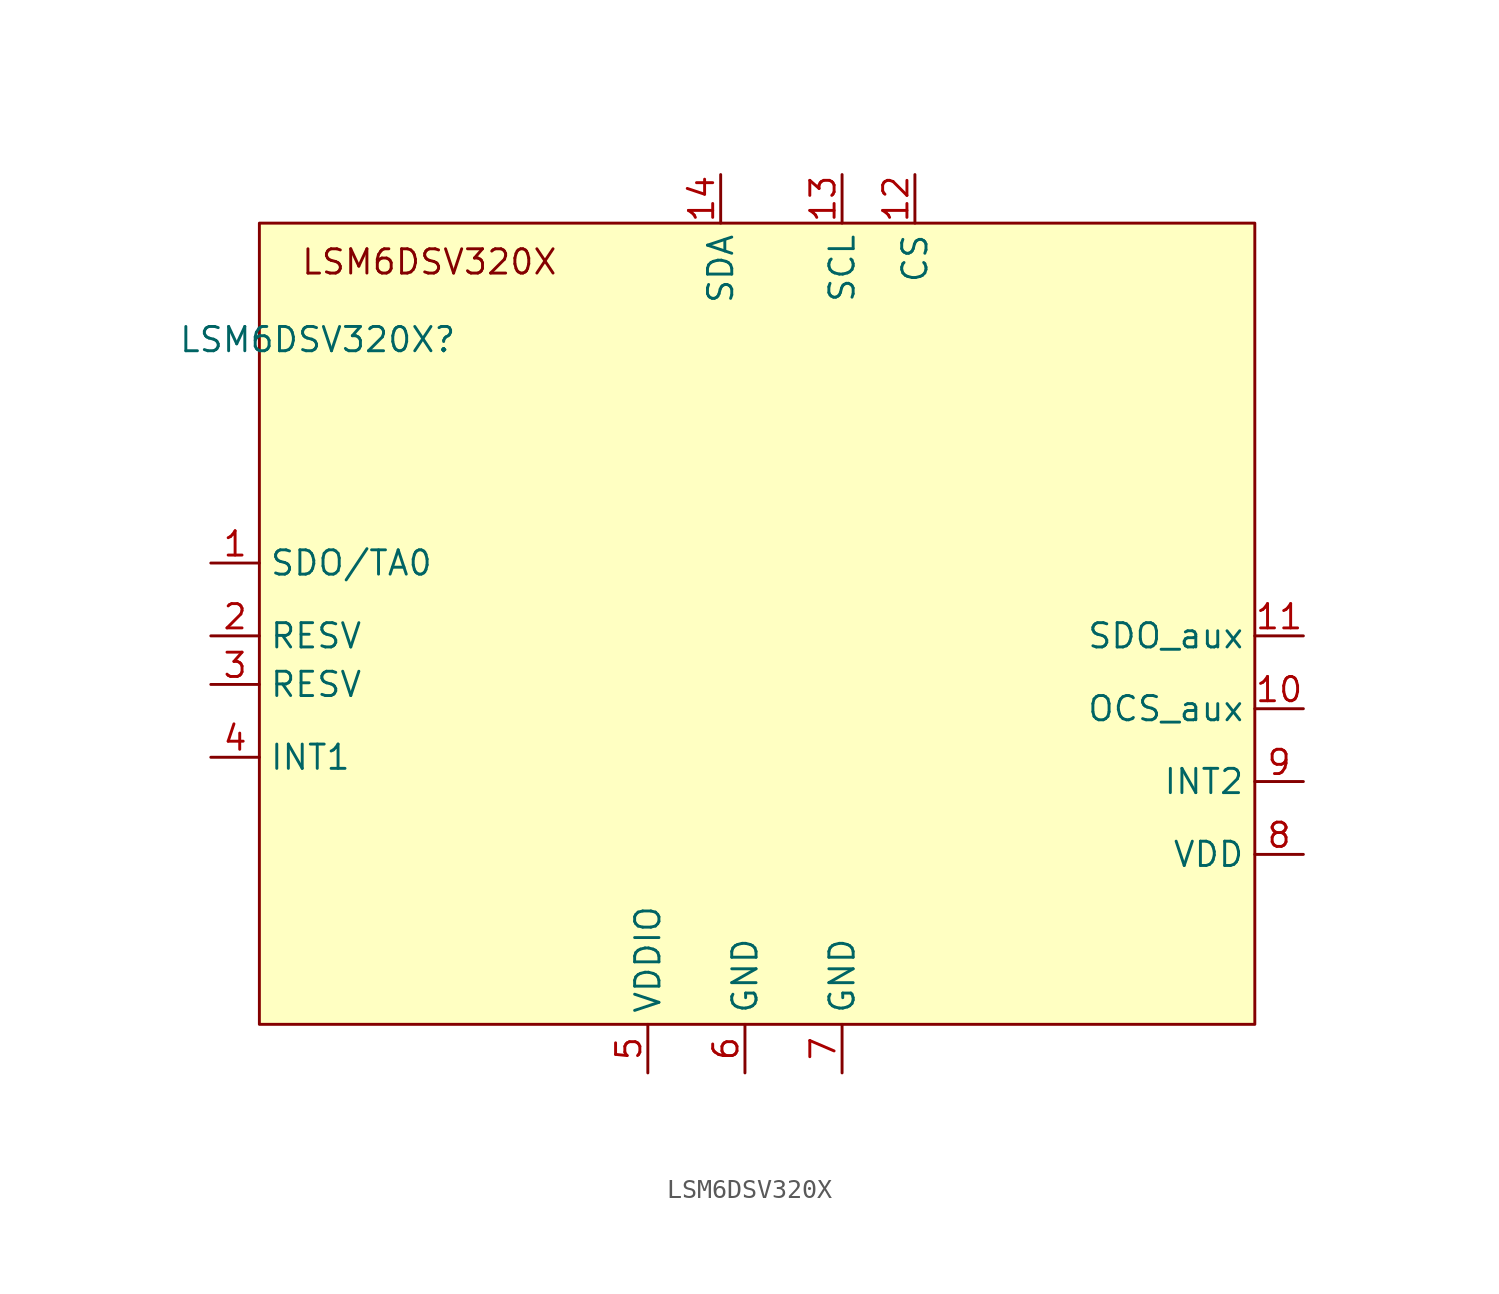
<source format=kicad_sym>
(kicad_symbol_lib
  (version 20241209)
  (generator "kicad_symbol_editor")
  (generator_version "9.0")
  (symbol "LSM6DSV320X"
    (property "Reference" "LSM6DSV320X"
      (at -4.572 20.574 0)
      (effects (font (size 1.27 1.27))))
    (property "Value" ""
      (at 0 0 0)
      (effects (font (size 1.27 1.27))))
    (symbol "LSM6DSV320X_1_1"
      (rectangle (start -7.62 26.67) (end 44.45 -15.24) (stroke (width 0) (type solid)) (fill (type background)))
      (text "LSM6DSV320X" (at 1.27 24.638 0) (effects (font (size 1.27 1.27))))
      (pin output line (at -10.16 8.89 0) (length 2.54) (name "SDO/TA0" (effects (font (size 1.27 1.27)))) (number "1" (effects (font (size 1.27 1.27)))))
      (pin passive line (at -10.16 5.08 0) (length 2.54) (name "RESV" (effects (font (size 1.27 1.27)))) (number "2" (effects (font (size 1.27 1.27)))))
      (pin passive line (at -10.16 2.54 0) (length 2.54) (name "RESV" (effects (font (size 1.27 1.27)))) (number "3" (effects (font (size 1.27 1.27)))))
      (pin output line (at -10.16 -1.27 0) (length 2.54) (name "INT1" (effects (font (size 1.27 1.27)))) (number "4" (effects (font (size 1.27 1.27)))))
      (pin power_in line (at 12.7 -17.78 90) (length 2.54) (name "VDDIO" (effects (font (size 1.27 1.27)))) (number "5" (effects (font (size 1.27 1.27)))))
      (pin input line (at 16.51 29.21 270) (length 2.54) (name "SDA" (effects (font (size 1.27 1.27)))) (number "14" (effects (font (size 1.27 1.27)))))
      (pin power_in line (at 17.78 -17.78 90) (length 2.54) (name "GND" (effects (font (size 1.27 1.27)))) (number "6" (effects (font (size 1.27 1.27)))))
      (pin input line (at 22.86 29.21 270) (length 2.54) (name "SCL" (effects (font (size 1.27 1.27)))) (number "13" (effects (font (size 1.27 1.27)))))
      (pin power_in line (at 22.86 -17.78 90) (length 2.54) (name "GND" (effects (font (size 1.27 1.27)))) (number "7" (effects (font (size 1.27 1.27)))))
      (pin input line (at 26.67 29.21 270) (length 2.54) (name "CS" (effects (font (size 1.27 1.27)))) (number "12" (effects (font (size 1.27 1.27)))))
      (pin passive line (at 46.99 5.08 180) (length 2.54) (name "SDO_aux" (effects (font (size 1.27 1.27)))) (number "11" (effects (font (size 1.27 1.27)))))
      (pin passive line (at 46.99 1.27 180) (length 2.54) (name "OCS_aux" (effects (font (size 1.27 1.27)))) (number "10" (effects (font (size 1.27 1.27)))))
      (pin output line (at 46.99 -2.54 180) (length 2.54) (name "INT2" (effects (font (size 1.27 1.27)))) (number "9" (effects (font (size 1.27 1.27)))))
      (pin power_in line (at 46.99 -6.35 180) (length 2.54) (name "VDD" (effects (font (size 1.27 1.27)))) (number "8" (effects (font (size 1.27 1.27))))))))
</source>
